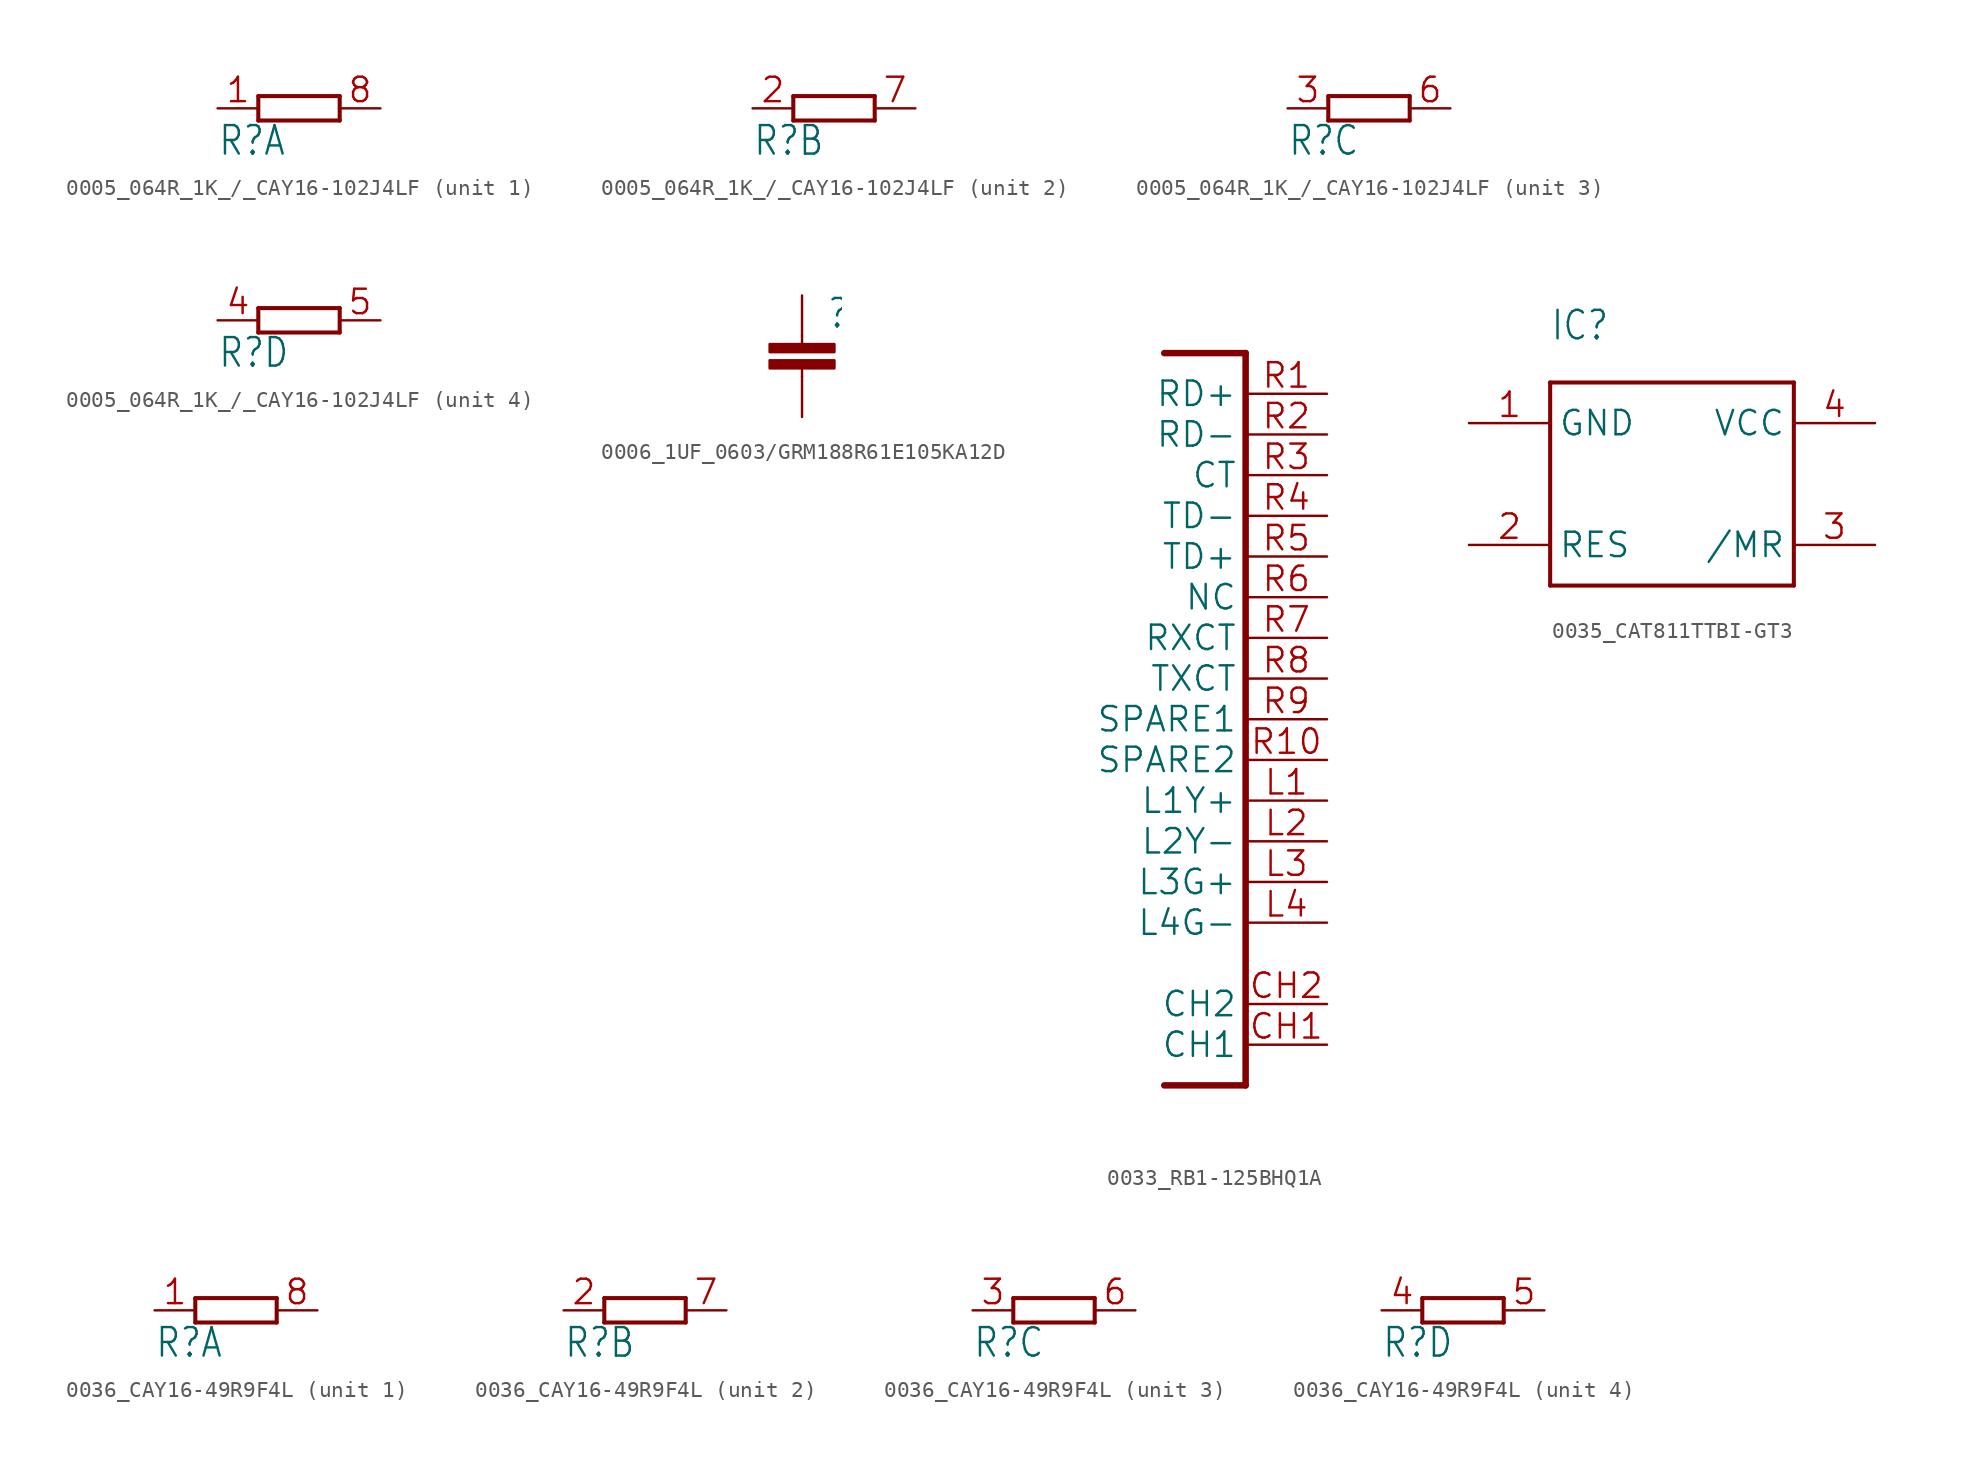
<source format=kicad_sym>
(kicad_symbol_lib
  (version 20241209)
  (generator "kicad_symbol_editor")
  (generator_version "9.0")
  (symbol "0005_064R_1K_/_CAY16-102J4LF"
    (property "Reference" "R"
      (at -5.08 -3.048 0)
      (effects (font (size 1.778 1.511)) (justify left bottom)))
    (property "Value" ""
      (at 2.54 -3.048 0)
      (effects (font (size 1.778 1.511)) (justify left bottom)))
    (property "ki_locked" ""
      (at 0 0 0)
      (effects (font (size 1.27 1.27))))
    (symbol "0005_064R_1K_/_CAY16-102J4LF_1_0"
      (polyline (pts (xy -2.54 0.762) (xy -2.54 -0.762)) (stroke (width 0.254) (type solid)) (fill (type none)))
      (polyline (pts (xy -2.54 -0.762) (xy 2.54 -0.762)) (stroke (width 0.254) (type solid)) (fill (type none)))
      (polyline (pts (xy 2.54 0.762) (xy -2.54 0.762)) (stroke (width 0.254) (type solid)) (fill (type none)))
      (polyline (pts (xy 2.54 -0.762) (xy 2.54 0.762)) (stroke (width 0.254) (type solid)) (fill (type none)))
      (pin passive line (at -5.08 0 0) (length 2.54) (name "1" (effects (font (size 0 0)))) (number "1" (effects (font (size 1.524 1.524)))))
      (pin passive line (at 5.08 0 180) (length 2.54) (name "2" (effects (font (size 0 0)))) (number "8" (effects (font (size 1.524 1.524))))))
    (symbol "0005_064R_1K_/_CAY16-102J4LF_2_0"
      (polyline (pts (xy -2.54 0.762) (xy -2.54 -0.762)) (stroke (width 0.254) (type solid)) (fill (type none)))
      (polyline (pts (xy -2.54 -0.762) (xy 2.54 -0.762)) (stroke (width 0.254) (type solid)) (fill (type none)))
      (polyline (pts (xy 2.54 0.762) (xy -2.54 0.762)) (stroke (width 0.254) (type solid)) (fill (type none)))
      (polyline (pts (xy 2.54 -0.762) (xy 2.54 0.762)) (stroke (width 0.254) (type solid)) (fill (type none)))
      (pin passive line (at -5.08 0 0) (length 2.54) (name "1" (effects (font (size 0 0)))) (number "2" (effects (font (size 1.524 1.524)))))
      (pin passive line (at 5.08 0 180) (length 2.54) (name "2" (effects (font (size 0 0)))) (number "7" (effects (font (size 1.524 1.524))))))
    (symbol "0005_064R_1K_/_CAY16-102J4LF_3_0"
      (polyline (pts (xy -2.54 0.762) (xy -2.54 -0.762)) (stroke (width 0.254) (type solid)) (fill (type none)))
      (polyline (pts (xy -2.54 -0.762) (xy 2.54 -0.762)) (stroke (width 0.254) (type solid)) (fill (type none)))
      (polyline (pts (xy 2.54 0.762) (xy -2.54 0.762)) (stroke (width 0.254) (type solid)) (fill (type none)))
      (polyline (pts (xy 2.54 -0.762) (xy 2.54 0.762)) (stroke (width 0.254) (type solid)) (fill (type none)))
      (pin passive line (at -5.08 0 0) (length 2.54) (name "1" (effects (font (size 0 0)))) (number "3" (effects (font (size 1.524 1.524)))))
      (pin passive line (at 5.08 0 180) (length 2.54) (name "2" (effects (font (size 0 0)))) (number "6" (effects (font (size 1.524 1.524))))))
    (symbol "0005_064R_1K_/_CAY16-102J4LF_4_0"
      (polyline (pts (xy -2.54 0.762) (xy -2.54 -0.762)) (stroke (width 0.254) (type solid)) (fill (type none)))
      (polyline (pts (xy -2.54 -0.762) (xy 2.54 -0.762)) (stroke (width 0.254) (type solid)) (fill (type none)))
      (polyline (pts (xy 2.54 0.762) (xy -2.54 0.762)) (stroke (width 0.254) (type solid)) (fill (type none)))
      (polyline (pts (xy 2.54 -0.762) (xy 2.54 0.762)) (stroke (width 0.254) (type solid)) (fill (type none)))
      (pin passive line (at -5.08 0 0) (length 2.54) (name "1" (effects (font (size 0 0)))) (number "4" (effects (font (size 1.524 1.524)))))
      (pin passive line (at 5.08 0 180) (length 2.54) (name "2" (effects (font (size 0 0)))) (number "5" (effects (font (size 1.524 1.524)))))))
  (symbol "0006_1UF_0603/GRM188R61E105KA12D"
    (property "Reference" ""
      (at 1.524 0.381 0)
      (effects (font (size 1.778 1.511)) (justify left bottom)))
    (property "Value" ""
      (at 1.524 -4.699 0)
      (effects (font (size 1.778 1.511)) (justify left bottom)))
    (property "ki_locked" ""
      (at 0 0 0)
      (effects (font (size 1.27 1.27))))
    (symbol "0006_1UF_0603/GRM188R61E105KA12D_1_0"
      (rectangle (start -2.032 -1.016) (end 2.032 -0.508) (stroke (width 0) (type default)) (fill (type outline)))
      (rectangle (start -2.032 -2.032) (end 2.032 -1.524) (stroke (width 0) (type default)) (fill (type outline)))
      (polyline (pts (xy 0 0) (xy 0 -0.508)) (stroke (width 0.152) (type solid)) (fill (type none)))
      (polyline (pts (xy 0 -2.54) (xy 0 -2.032)) (stroke (width 0.152) (type solid)) (fill (type none)))
      (pin passive line (at 0 2.54 270) (length 2.54) (name "1" (effects (font (size 0 0)))) (number "1" (effects (font (size 0 0)))))
      (pin passive line (at 0 -5.08 90) (length 2.54) (name "2" (effects (font (size 0 0)))) (number "2" (effects (font (size 0 0)))))))
  (symbol "0033_RB1-125BHQ1A"
    (property "Reference" "ETH"
      (at 0 0 0)
      (effects (font (size 1.27 1.27)) (hide yes)))
    (property "ki_locked" ""
      (at 0 0 0)
      (effects (font (size 1.27 1.27))))
    (symbol "0033_RB1-125BHQ1A_1_0"
      (polyline (pts (xy -5.08 22.86) (xy 0 22.86)) (stroke (width 0.406) (type solid)) (fill (type none)))
      (polyline (pts (xy 0 22.86) (xy 0 -22.86)) (stroke (width 0.406) (type solid)) (fill (type none)))
      (polyline (pts (xy 0 -22.86) (xy -5.08 -22.86)) (stroke (width 0.406) (type solid)) (fill (type none)))
      (pin bidirectional line (at 5.08 20.32 180) (length 5.08) (name "RD+" (effects (font (size 1.524 1.524)))) (number "R1" (effects (font (size 1.524 1.524)))))
      (pin bidirectional line (at 5.08 17.78 180) (length 5.08) (name "RD-" (effects (font (size 1.524 1.524)))) (number "R2" (effects (font (size 1.524 1.524)))))
      (pin bidirectional line (at 5.08 15.24 180) (length 5.08) (name "CT" (effects (font (size 1.524 1.524)))) (number "R3" (effects (font (size 1.524 1.524)))))
      (pin bidirectional line (at 5.08 12.7 180) (length 5.08) (name "TD-" (effects (font (size 1.524 1.524)))) (number "R4" (effects (font (size 1.524 1.524)))))
      (pin bidirectional line (at 5.08 10.16 180) (length 5.08) (name "TD+" (effects (font (size 1.524 1.524)))) (number "R5" (effects (font (size 1.524 1.524)))))
      (pin bidirectional line (at 5.08 7.62 180) (length 5.08) (name "NC" (effects (font (size 1.524 1.524)))) (number "R6" (effects (font (size 1.524 1.524)))))
      (pin bidirectional line (at 5.08 5.08 180) (length 5.08) (name "RXCT" (effects (font (size 1.524 1.524)))) (number "R7" (effects (font (size 1.524 1.524)))))
      (pin bidirectional line (at 5.08 2.54 180) (length 5.08) (name "TXCT" (effects (font (size 1.524 1.524)))) (number "R8" (effects (font (size 1.524 1.524)))))
      (pin bidirectional line (at 5.08 0 180) (length 5.08) (name "SPARE1" (effects (font (size 1.524 1.524)))) (number "R9" (effects (font (size 1.524 1.524)))))
      (pin bidirectional line (at 5.08 -2.54 180) (length 5.08) (name "SPARE2" (effects (font (size 1.524 1.524)))) (number "R10" (effects (font (size 1.524 1.524)))))
      (pin bidirectional line (at 5.08 -5.08 180) (length 5.08) (name "L1Y+" (effects (font (size 1.524 1.524)))) (number "L1" (effects (font (size 1.524 1.524)))))
      (pin bidirectional line (at 5.08 -7.62 180) (length 5.08) (name "L2Y-" (effects (font (size 1.524 1.524)))) (number "L2" (effects (font (size 1.524 1.524)))))
      (pin bidirectional line (at 5.08 -10.16 180) (length 5.08) (name "L3G+" (effects (font (size 1.524 1.524)))) (number "L3" (effects (font (size 1.524 1.524)))))
      (pin bidirectional line (at 5.08 -12.7 180) (length 5.08) (name "L4G-" (effects (font (size 1.524 1.524)))) (number "L4" (effects (font (size 1.524 1.524)))))
      (pin bidirectional line (at 5.08 -17.78 180) (length 5.08) (name "CH2" (effects (font (size 1.524 1.524)))) (number "CH2" (effects (font (size 1.524 1.524)))))
      (pin bidirectional line (at 5.08 -20.32 180) (length 5.08) (name "CH1" (effects (font (size 1.524 1.524)))) (number "CH1" (effects (font (size 1.524 1.524)))))))
  (symbol "0035_CAT811TTBI-GT3"
    (property "Reference" "IC"
      (at 0 5.08 0)
      (effects (font (size 1.778 1.511)) (justify left bottom)))
    (property "Value" ""
      (at 0 2.54 0)
      (effects (font (size 1.778 1.511)) (justify left bottom)))
    (property "ki_locked" ""
      (at 0 0 0)
      (effects (font (size 1.27 1.27))))
    (symbol "0035_CAT811TTBI-GT3_1_0"
      (polyline (pts (xy 0 2.54) (xy 0 -10.16)) (stroke (width 0.254) (type solid)) (fill (type none)))
      (polyline (pts (xy 0 -10.16) (xy 15.24 -10.16)) (stroke (width 0.254) (type solid)) (fill (type none)))
      (polyline (pts (xy 15.24 2.54) (xy 0 2.54)) (stroke (width 0.254) (type solid)) (fill (type none)))
      (polyline (pts (xy 15.24 -10.16) (xy 15.24 2.54)) (stroke (width 0.254) (type solid)) (fill (type none)))
      (pin power_in line (at -5.08 0 0) (length 5.08) (name "GND" (effects (font (size 1.524 1.524)))) (number "1" (effects (font (size 1.524 1.524)))))
      (pin output line (at -5.08 -7.62 0) (length 5.08) (name "RES" (effects (font (size 1.524 1.524)))) (number "2" (effects (font (size 1.524 1.524)))))
      (pin power_in line (at 20.32 0 180) (length 5.08) (name "VCC" (effects (font (size 1.524 1.524)))) (number "4" (effects (font (size 1.524 1.524)))))
      (pin input line (at 20.32 -7.62 180) (length 5.08) (name "/MR" (effects (font (size 1.524 1.524)))) (number "3" (effects (font (size 1.524 1.524)))))))
  (symbol "0036_CAY16-49R9F4L"
    (property "Reference" "R"
      (at -5.08 -3.048 0)
      (effects (font (size 1.778 1.511)) (justify left bottom)))
    (property "Value" ""
      (at 2.54 -3.048 0)
      (effects (font (size 1.778 1.511)) (justify left bottom)))
    (property "ki_locked" ""
      (at 0 0 0)
      (effects (font (size 1.27 1.27))))
    (symbol "0036_CAY16-49R9F4L_1_0"
      (polyline (pts (xy -2.54 0.762) (xy -2.54 -0.762)) (stroke (width 0.254) (type solid)) (fill (type none)))
      (polyline (pts (xy -2.54 -0.762) (xy 2.54 -0.762)) (stroke (width 0.254) (type solid)) (fill (type none)))
      (polyline (pts (xy 2.54 0.762) (xy -2.54 0.762)) (stroke (width 0.254) (type solid)) (fill (type none)))
      (polyline (pts (xy 2.54 -0.762) (xy 2.54 0.762)) (stroke (width 0.254) (type solid)) (fill (type none)))
      (pin passive line (at -5.08 0 0) (length 2.54) (name "1" (effects (font (size 0 0)))) (number "1" (effects (font (size 1.524 1.524)))))
      (pin passive line (at 5.08 0 180) (length 2.54) (name "2" (effects (font (size 0 0)))) (number "8" (effects (font (size 1.524 1.524))))))
    (symbol "0036_CAY16-49R9F4L_2_0"
      (polyline (pts (xy -2.54 0.762) (xy -2.54 -0.762)) (stroke (width 0.254) (type solid)) (fill (type none)))
      (polyline (pts (xy -2.54 -0.762) (xy 2.54 -0.762)) (stroke (width 0.254) (type solid)) (fill (type none)))
      (polyline (pts (xy 2.54 0.762) (xy -2.54 0.762)) (stroke (width 0.254) (type solid)) (fill (type none)))
      (polyline (pts (xy 2.54 -0.762) (xy 2.54 0.762)) (stroke (width 0.254) (type solid)) (fill (type none)))
      (pin passive line (at -5.08 0 0) (length 2.54) (name "1" (effects (font (size 0 0)))) (number "2" (effects (font (size 1.524 1.524)))))
      (pin passive line (at 5.08 0 180) (length 2.54) (name "2" (effects (font (size 0 0)))) (number "7" (effects (font (size 1.524 1.524))))))
    (symbol "0036_CAY16-49R9F4L_3_0"
      (polyline (pts (xy -2.54 0.762) (xy -2.54 -0.762)) (stroke (width 0.254) (type solid)) (fill (type none)))
      (polyline (pts (xy -2.54 -0.762) (xy 2.54 -0.762)) (stroke (width 0.254) (type solid)) (fill (type none)))
      (polyline (pts (xy 2.54 0.762) (xy -2.54 0.762)) (stroke (width 0.254) (type solid)) (fill (type none)))
      (polyline (pts (xy 2.54 -0.762) (xy 2.54 0.762)) (stroke (width 0.254) (type solid)) (fill (type none)))
      (pin passive line (at -5.08 0 0) (length 2.54) (name "1" (effects (font (size 0 0)))) (number "3" (effects (font (size 1.524 1.524)))))
      (pin passive line (at 5.08 0 180) (length 2.54) (name "2" (effects (font (size 0 0)))) (number "6" (effects (font (size 1.524 1.524))))))
    (symbol "0036_CAY16-49R9F4L_4_0"
      (polyline (pts (xy -2.54 0.762) (xy -2.54 -0.762)) (stroke (width 0.254) (type solid)) (fill (type none)))
      (polyline (pts (xy -2.54 -0.762) (xy 2.54 -0.762)) (stroke (width 0.254) (type solid)) (fill (type none)))
      (polyline (pts (xy 2.54 0.762) (xy -2.54 0.762)) (stroke (width 0.254) (type solid)) (fill (type none)))
      (polyline (pts (xy 2.54 -0.762) (xy 2.54 0.762)) (stroke (width 0.254) (type solid)) (fill (type none)))
      (pin passive line (at -5.08 0 0) (length 2.54) (name "1" (effects (font (size 0 0)))) (number "4" (effects (font (size 1.524 1.524)))))
      (pin passive line (at 5.08 0 180) (length 2.54) (name "2" (effects (font (size 0 0)))) (number "5" (effects (font (size 1.524 1.524))))))))
</source>
